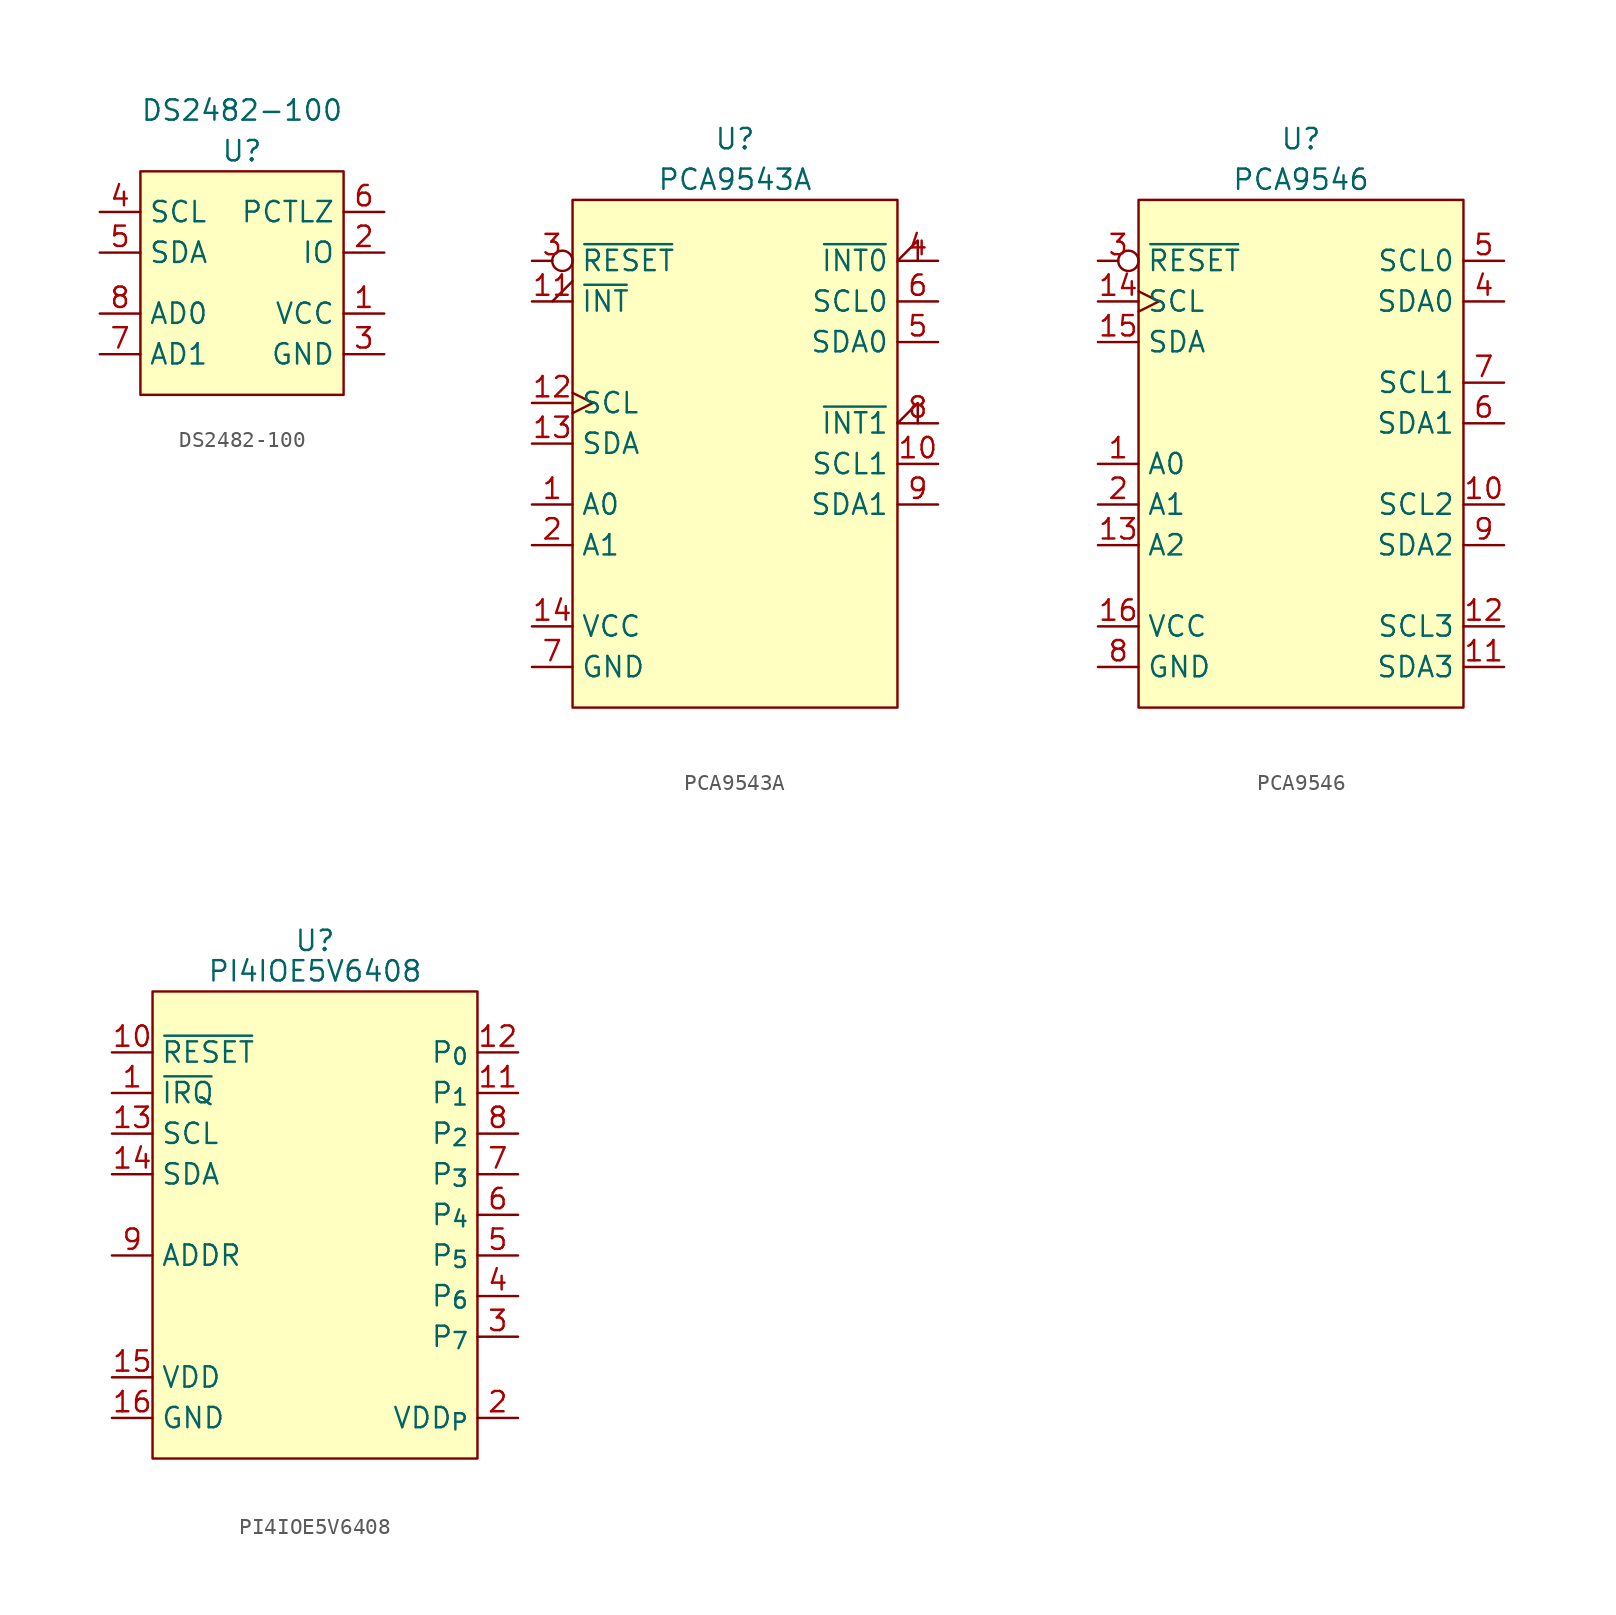
<source format=kicad_sym>
(kicad_symbol_lib
  (version 20220914)
  (generator kicad_symbol_editor)
  (symbol "DS2482-100"
    (property "Reference" "U"
      (at 0 1.27 0)
      (effects (font (size 1.27 1.27))))
    (property "Value" "DS2482-100"
      (at 0 3.81 0)
      (effects (font (size 1.27 1.27))))
    (symbol "DS2482-100_0_1"
      (rectangle (start -6.35 0) (end 6.35 -13.97) (stroke (width 0) (type default)) (fill (type background))))
    (symbol "DS2482-100_1_1"
      (pin power_in line (at 8.89 -8.89 180) (length 2.54) (name "VCC" (effects (font (size 1.27 1.27)))) (number "1" (effects (font (size 1.27 1.27)))))
      (pin bidirectional line (at 8.89 -5.08 180) (length 2.54) (name "IO" (effects (font (size 1.27 1.27)))) (number "2" (effects (font (size 1.27 1.27)))))
      (pin power_in line (at 8.89 -11.43 180) (length 2.54) (name "GND" (effects (font (size 1.27 1.27)))) (number "3" (effects (font (size 1.27 1.27)))))
      (pin bidirectional line (at -8.89 -2.54 0) (length 2.54) (name "SCL" (effects (font (size 1.27 1.27)))) (number "4" (effects (font (size 1.27 1.27)))))
      (pin bidirectional line (at -8.89 -5.08 0) (length 2.54) (name "SDA" (effects (font (size 1.27 1.27)))) (number "5" (effects (font (size 1.27 1.27)))))
      (pin bidirectional line (at 8.89 -2.54 180) (length 2.54) (name "PCTLZ" (effects (font (size 1.27 1.27)))) (number "6" (effects (font (size 1.27 1.27)))))
      (pin input line (at -8.89 -11.43 0) (length 2.54) (name "AD1" (effects (font (size 1.27 1.27)))) (number "7" (effects (font (size 1.27 1.27)))))
      (pin input line (at -8.89 -8.89 0) (length 2.54) (name "AD0" (effects (font (size 1.27 1.27)))) (number "8" (effects (font (size 1.27 1.27)))))))
  (symbol "PCA9543A"
    (property "Reference" "U"
      (at 0 3.81 0)
      (effects (font (size 1.27 1.27))))
    (property "Value" "PCA9543A"
      (at 0 1.27 0)
      (effects (font (size 1.27 1.27))))
    (symbol "PCA9543A_0_1"
      (rectangle (start -10.16 0) (end 10.16 -31.75) (stroke (width 0.152) (type default)) (fill (type background))))
    (symbol "PCA9543A_1_1"
      (pin input line (at -12.7 -19.05 0) (length 2.54) (name "A0" (effects (font (size 1.27 1.27)))) (number "1" (effects (font (size 1.27 1.27)))))
      (pin bidirectional line (at 12.7 -16.51 180) (length 2.54) (name "SCL1" (effects (font (size 1.27 1.27)))) (number "10" (effects (font (size 1.27 1.27)))))
      (pin output output_low (at -12.7 -6.35 0) (length 2.54) (name "~{INT}" (effects (font (size 1.27 1.27)))) (number "11" (effects (font (size 1.27 1.27)))))
      (pin bidirectional clock (at -12.7 -12.7 0) (length 2.54) (name "SCL" (effects (font (size 1.27 1.27)))) (number "12" (effects (font (size 1.27 1.27)))))
      (pin bidirectional line (at -12.7 -15.24 0) (length 2.54) (name "SDA" (effects (font (size 1.27 1.27)))) (number "13" (effects (font (size 1.27 1.27)))))
      (pin power_in line (at -12.7 -26.67 0) (length 2.54) (name "VCC" (effects (font (size 1.27 1.27)))) (number "14" (effects (font (size 1.27 1.27)))))
      (pin input line (at -12.7 -21.59 0) (length 2.54) (name "A1" (effects (font (size 1.27 1.27)))) (number "2" (effects (font (size 1.27 1.27)))))
      (pin input inverted (at -12.7 -3.81 0) (length 2.54) (name "~{RESET}" (effects (font (size 1.27 1.27)))) (number "3" (effects (font (size 1.27 1.27)))))
      (pin passive input_low (at 12.7 -3.81 180) (length 2.54) (name "~{INT0}" (effects (font (size 1.27 1.27)))) (number "4" (effects (font (size 1.27 1.27)))))
      (pin bidirectional line (at 12.7 -8.89 180) (length 2.54) (name "SDA0" (effects (font (size 1.27 1.27)))) (number "5" (effects (font (size 1.27 1.27)))))
      (pin bidirectional line (at 12.7 -6.35 180) (length 2.54) (name "SCL0" (effects (font (size 1.27 1.27)))) (number "6" (effects (font (size 1.27 1.27)))))
      (pin power_in line (at -12.7 -29.21 0) (length 2.54) (name "GND" (effects (font (size 1.27 1.27)))) (number "7" (effects (font (size 1.27 1.27)))))
      (pin passive input_low (at 12.7 -13.97 180) (length 2.54) (name "~{INT1}" (effects (font (size 1.27 1.27)))) (number "8" (effects (font (size 1.27 1.27)))))
      (pin bidirectional line (at 12.7 -19.05 180) (length 2.54) (name "SDA1" (effects (font (size 1.27 1.27)))) (number "9" (effects (font (size 1.27 1.27)))))))
  (symbol "PCA9546"
    (property "Reference" "U"
      (at 0 3.81 0)
      (effects (font (size 1.27 1.27))))
    (property "Value" "PCA9546"
      (at 0 1.27 0)
      (effects (font (size 1.27 1.27))))
    (symbol "PCA9546_0_1"
      (rectangle (start -10.16 0) (end 10.16 -31.75) (stroke (width 0.152) (type default)) (fill (type background))))
    (symbol "PCA9546_1_1"
      (pin input line (at -12.7 -16.51 0) (length 2.54) (name "A0" (effects (font (size 1.27 1.27)))) (number "1" (effects (font (size 1.27 1.27)))))
      (pin bidirectional line (at 12.7 -19.05 180) (length 2.54) (name "SCL2" (effects (font (size 1.27 1.27)))) (number "10" (effects (font (size 1.27 1.27)))))
      (pin bidirectional line (at 12.7 -29.21 180) (length 2.54) (name "SDA3" (effects (font (size 1.27 1.27)))) (number "11" (effects (font (size 1.27 1.27)))))
      (pin bidirectional line (at 12.7 -26.67 180) (length 2.54) (name "SCL3" (effects (font (size 1.27 1.27)))) (number "12" (effects (font (size 1.27 1.27)))))
      (pin input line (at -12.7 -21.59 0) (length 2.54) (name "A2" (effects (font (size 1.27 1.27)))) (number "13" (effects (font (size 1.27 1.27)))))
      (pin bidirectional clock (at -12.7 -6.35 0) (length 2.54) (name "SCL" (effects (font (size 1.27 1.27)))) (number "14" (effects (font (size 1.27 1.27)))))
      (pin bidirectional line (at -12.7 -8.89 0) (length 2.54) (name "SDA" (effects (font (size 1.27 1.27)))) (number "15" (effects (font (size 1.27 1.27)))))
      (pin power_in line (at -12.7 -26.67 0) (length 2.54) (name "VCC" (effects (font (size 1.27 1.27)))) (number "16" (effects (font (size 1.27 1.27)))))
      (pin input line (at -12.7 -19.05 0) (length 2.54) (name "A1" (effects (font (size 1.27 1.27)))) (number "2" (effects (font (size 1.27 1.27)))))
      (pin input inverted (at -12.7 -3.81 0) (length 2.54) (name "~{RESET}" (effects (font (size 1.27 1.27)))) (number "3" (effects (font (size 1.27 1.27)))))
      (pin bidirectional line (at 12.7 -6.35 180) (length 2.54) (name "SDA0" (effects (font (size 1.27 1.27)))) (number "4" (effects (font (size 1.27 1.27)))))
      (pin bidirectional line (at 12.7 -3.81 180) (length 2.54) (name "SCL0" (effects (font (size 1.27 1.27)))) (number "5" (effects (font (size 1.27 1.27)))))
      (pin bidirectional line (at 12.7 -13.97 180) (length 2.54) (name "SDA1" (effects (font (size 1.27 1.27)))) (number "6" (effects (font (size 1.27 1.27)))))
      (pin bidirectional line (at 12.7 -11.43 180) (length 2.54) (name "SCL1" (effects (font (size 1.27 1.27)))) (number "7" (effects (font (size 1.27 1.27)))))
      (pin power_in line (at -12.7 -29.21 0) (length 2.54) (name "GND" (effects (font (size 1.27 1.27)))) (number "8" (effects (font (size 1.27 1.27)))))
      (pin bidirectional line (at 12.7 -21.59 180) (length 2.54) (name "SDA2" (effects (font (size 1.27 1.27)))) (number "9" (effects (font (size 1.27 1.27)))))))
  (symbol "PI4IOE5V6408"
    (property "Reference" "U"
      (at 0 3.175 0)
      (effects (font (size 1.27 1.27))))
    (property "Value" "PI4IOE5V6408"
      (at 0 1.27 0)
      (effects (font (size 1.27 1.27))))
    (symbol "PI4IOE5V6408_0_1"
      (rectangle (start -10.16 0) (end 10.16 -29.21) (stroke (width 0) (type default)) (fill (type background)))
      (pin open_collector line (at -12.7 -6.35 0) (length 2.54) (name "~{IRQ}" (effects (font (size 1.27 1.27)))) (number "1" (effects (font (size 1.27 1.27)))))
      (pin input line (at -12.7 -3.81 0) (length 2.54) (name "~{RESET}" (effects (font (size 1.27 1.27)))) (number "10" (effects (font (size 1.27 1.27)))))
      (pin passive line (at 12.7 -6.35 180) (length 2.54) (name "P_{1}" (effects (font (size 1.27 1.27)))) (number "11" (effects (font (size 1.27 1.27)))))
      (pin passive line (at 12.7 -3.81 180) (length 2.54) (name "P_{0}" (effects (font (size 1.27 1.27)))) (number "12" (effects (font (size 1.27 1.27)))))
      (pin input line (at -12.7 -8.89 0) (length 2.54) (name "SCL" (effects (font (size 1.27 1.27)))) (number "13" (effects (font (size 1.27 1.27)))))
      (pin bidirectional line (at -12.7 -11.43 0) (length 2.54) (name "SDA" (effects (font (size 1.27 1.27)))) (number "14" (effects (font (size 1.27 1.27)))))
      (pin power_in line (at -12.7 -24.13 0) (length 2.54) (name "VDD" (effects (font (size 1.27 1.27)))) (number "15" (effects (font (size 1.27 1.27)))))
      (pin power_in line (at -12.7 -26.67 0) (length 2.54) (name "GND" (effects (font (size 1.27 1.27)))) (number "16" (effects (font (size 1.27 1.27)))))
      (pin power_in line (at 12.7 -26.67 180) (length 2.54) (name "VDD_{P}" (effects (font (size 1.27 1.27)))) (number "2" (effects (font (size 1.27 1.27)))))
      (pin passive line (at 12.7 -21.59 180) (length 2.54) (name "P_{7}" (effects (font (size 1.27 1.27)))) (number "3" (effects (font (size 1.27 1.27)))))
      (pin passive line (at 12.7 -19.05 180) (length 2.54) (name "P_{6}" (effects (font (size 1.27 1.27)))) (number "4" (effects (font (size 1.27 1.27)))))
      (pin passive line (at 12.7 -16.51 180) (length 2.54) (name "P_{5}" (effects (font (size 1.27 1.27)))) (number "5" (effects (font (size 1.27 1.27)))))
      (pin passive line (at 12.7 -13.97 180) (length 2.54) (name "P_{4}" (effects (font (size 1.27 1.27)))) (number "6" (effects (font (size 1.27 1.27)))))
      (pin passive line (at 12.7 -11.43 180) (length 2.54) (name "P_{3}" (effects (font (size 1.27 1.27)))) (number "7" (effects (font (size 1.27 1.27)))))
      (pin passive line (at 12.7 -8.89 180) (length 2.54) (name "P_{2}" (effects (font (size 1.27 1.27)))) (number "8" (effects (font (size 1.27 1.27)))))
      (pin input line (at -12.7 -16.51 0) (length 2.54) (name "ADDR" (effects (font (size 1.27 1.27)))) (number "9" (effects (font (size 1.27 1.27))))))))
</source>
